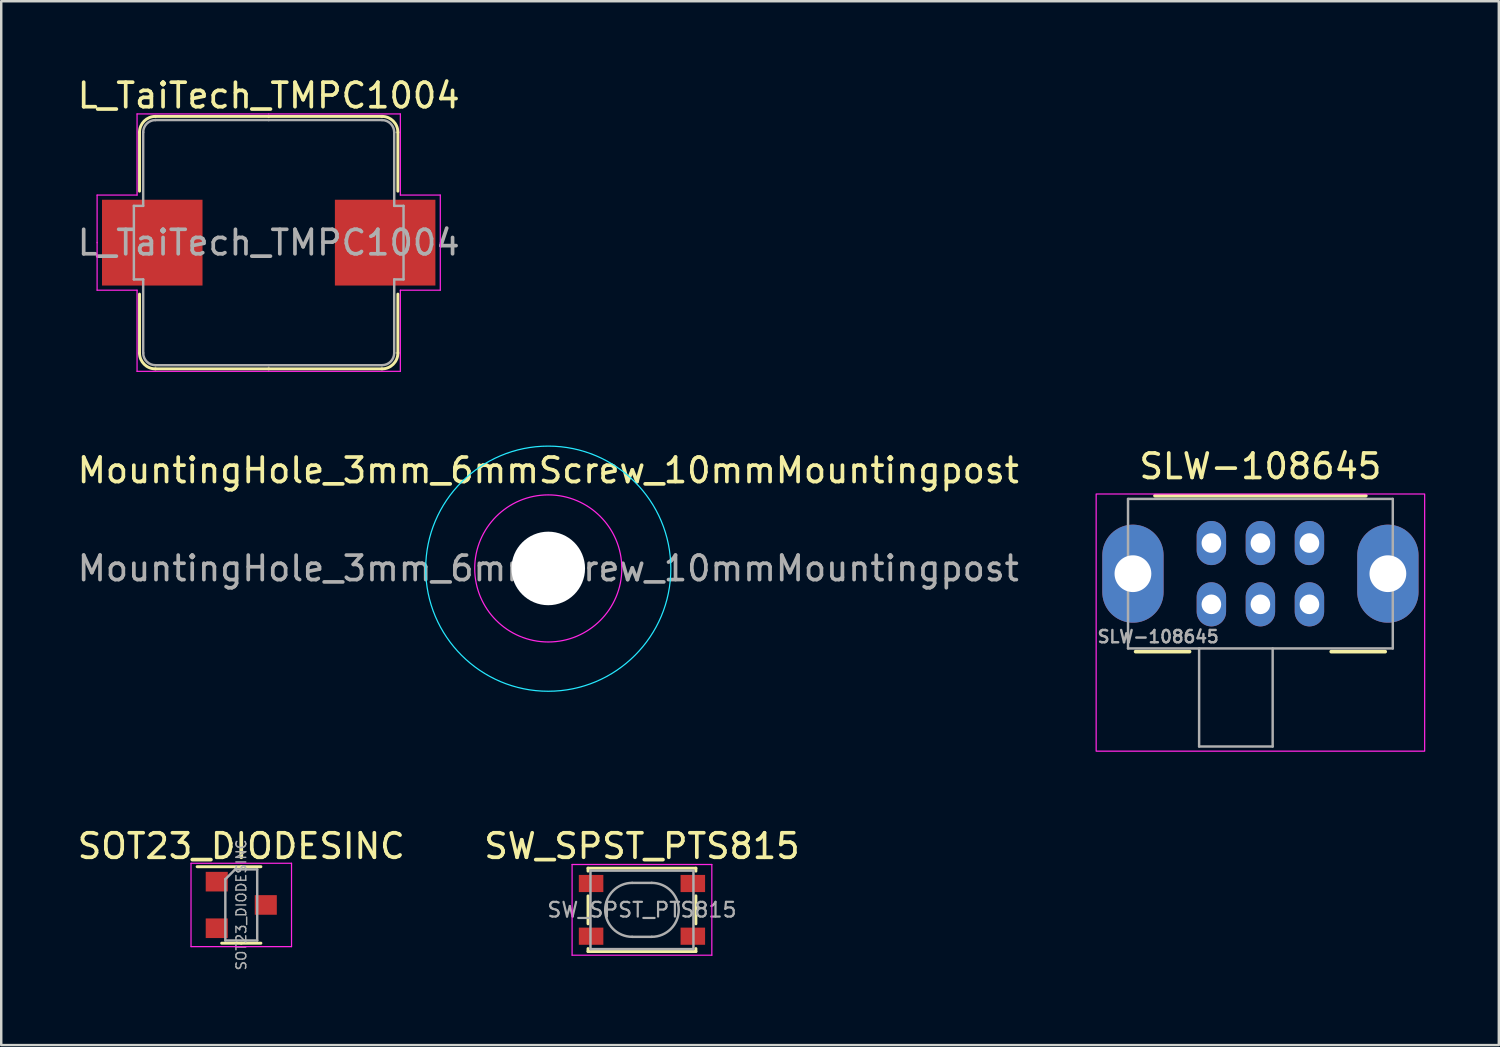
<source format=kicad_pcb>
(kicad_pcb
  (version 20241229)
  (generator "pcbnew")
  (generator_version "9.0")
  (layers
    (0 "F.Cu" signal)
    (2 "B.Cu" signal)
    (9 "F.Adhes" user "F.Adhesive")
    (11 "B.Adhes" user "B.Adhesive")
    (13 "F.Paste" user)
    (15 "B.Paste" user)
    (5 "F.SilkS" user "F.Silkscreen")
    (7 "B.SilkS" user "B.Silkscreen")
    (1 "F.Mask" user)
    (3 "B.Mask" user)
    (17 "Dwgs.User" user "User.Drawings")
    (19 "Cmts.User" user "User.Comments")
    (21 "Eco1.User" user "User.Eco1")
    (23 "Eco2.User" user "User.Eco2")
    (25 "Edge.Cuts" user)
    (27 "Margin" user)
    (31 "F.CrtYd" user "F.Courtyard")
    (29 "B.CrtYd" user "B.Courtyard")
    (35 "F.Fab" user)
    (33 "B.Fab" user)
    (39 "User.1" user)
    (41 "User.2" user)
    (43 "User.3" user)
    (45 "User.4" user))
  (footprint "SLW-108645"
    (layer "F.Cu")
    (at 48.365 20.352)
    (property "Reference" "SLW-108645" (at 0 -4.38 0) (layer "F.SilkS") (effects (font (size 1 1) (thickness 0.15))))
    (attr through_hole)
    (fp_line (start -5.09 3.18) (end -2.89 3.18) (stroke (width 0.15) (type solid)) (layer "F.SilkS"))
    (fp_line (start -4.3 -3.18) (end 4.3 -3.18) (stroke (width 0.15) (type solid)) (layer "F.SilkS"))
    (fp_line (start 5.09 3.18) (end 2.89 3.18) (stroke (width 0.15) (type solid)) (layer "F.SilkS"))
    (fp_rect (start -6.7 -3.25) (end 6.7 7.24) (stroke (width 0.05) (type solid)) (fill no) (layer "F.CrtYd"))
    (fp_line (start -5.4 -3.05) (end -5.4 3.05) (stroke (width 0.1) (type solid)) (layer "F.Fab"))
    (fp_line (start -5.4 -3.05) (end 5.4 -3.05) (stroke (width 0.1) (type solid)) (layer "F.Fab"))
    (fp_line (start -5.4 3.05) (end 5.4 3.05) (stroke (width 0.1) (type solid)) (layer "F.Fab"))
    (fp_line (start -2.5 7.05) (end -2.5 3.05) (stroke (width 0.1) (type solid)) (layer "F.Fab"))
    (fp_line (start 0.5 3.05) (end 0.5 7.05) (stroke (width 0.1) (type solid)) (layer "F.Fab"))
    (fp_line (start 0.5 7.05) (end -2.5 7.05) (stroke (width 0.1) (type solid)) (layer "F.Fab"))
    (fp_line (start 5.4 -3.05) (end 5.4 3.05) (stroke (width 0.1) (type solid)) (layer "F.Fab"))
    (fp_text user "${REFERENCE}" (at -4.17 2.57 0) (layer "F.Fab") (effects (font (size 0.5 0.5) (thickness 0.1))))
    (pad "" thru_hole oval (at -5.2 0) (size 2.5 4) (drill 1.5) (layers "*.Cu" "*.Mask"))
    (pad "" thru_hole oval (at 5.2 0) (size 2.5 4) (drill 1.5) (layers "*.Cu" "*.Mask"))
    (pad "1" thru_hole oval (at -2 -1.25) (size 1.2 1.8) (drill 0.8) (layers "*.Cu" "*.Mask"))
    (pad "2" thru_hole oval (at 0 -1.25) (size 1.2 1.8) (drill 0.8) (layers "*.Cu" "*.Mask"))
    (pad "3" thru_hole oval (at 2 -1.25) (size 1.2 1.8) (drill 0.8) (layers "*.Cu" "*.Mask"))
    (pad "4" thru_hole oval (at -2 1.25) (size 1.2 1.8) (drill 0.8) (layers "*.Cu" "*.Mask"))
    (pad "5" thru_hole oval (at 0 1.25) (size 1.2 1.8) (drill 0.8) (layers "*.Cu" "*.Mask"))
    (pad "6" thru_hole oval (at 2 1.25) (size 1.2 1.8) (drill 0.8) (layers "*.Cu" "*.Mask")))
  (footprint "L_TaiTech_TMPC1004"
    (layer "F.Cu")
    (at 7.911 6.848)
    (property "Reference" "L_TaiTech_TMPC1004" (at 0 -6 0) (layer "F.SilkS") (effects (font (size 1 1) (thickness 0.15))))
    (attr smd)
    (fp_line (start -5.27 -4.5) (end -5.27 -2.1) (stroke (width 0.12) (type solid)) (layer "F.SilkS"))
    (fp_line (start -5.27 4.5) (end -5.27 2.1) (stroke (width 0.12) (type solid)) (layer "F.SilkS"))
    (fp_line (start -4.62 -5.15) (end 0 -5.15) (stroke (width 0.12) (type solid)) (layer "F.SilkS"))
    (fp_line (start -4.62 5.15) (end 0 5.15) (stroke (width 0.12) (type solid)) (layer "F.SilkS"))
    (fp_line (start 4.62 -5.15) (end 0 -5.15) (stroke (width 0.12) (type solid)) (layer "F.SilkS"))
    (fp_line (start 4.62 5.15) (end 0 5.15) (stroke (width 0.12) (type solid)) (layer "F.SilkS"))
    (fp_line (start 5.27 -4.5) (end 5.27 -2.1) (stroke (width 0.12) (type solid)) (layer "F.SilkS"))
    (fp_line (start 5.27 4.5) (end 5.27 2.1) (stroke (width 0.12) (type solid)) (layer "F.SilkS"))
    (fp_arc (start -5.27 -4.5) (mid -5.079619 -4.959619) (end -4.62 -5.15) (stroke (width 0.12) (type solid)) (layer "F.SilkS"))
    (fp_arc (start -4.62 5.15) (mid -5.079619 4.959619) (end -5.27 4.5) (stroke (width 0.12) (type solid)) (layer "F.SilkS"))
    (fp_arc (start 4.62 -5.15) (mid 5.079619 -4.959619) (end 5.27 -4.5) (stroke (width 0.12) (type solid)) (layer "F.SilkS"))
    (fp_arc (start 5.27 4.5) (mid 5.079619 4.959619) (end 4.62 5.15) (stroke (width 0.12) (type solid)) (layer "F.SilkS"))
    (fp_line (start -7 -1.94) (end -5.37 -1.94) (stroke (width 0.05) (type solid)) (layer "F.CrtYd"))
    (fp_line (start -7 0) (end -7 -1.94) (stroke (width 0.05) (type solid)) (layer "F.CrtYd"))
    (fp_line (start -7 0) (end -7 1.94) (stroke (width 0.05) (type solid)) (layer "F.CrtYd"))
    (fp_line (start -7 1.94) (end -5.37 1.94) (stroke (width 0.05) (type solid)) (layer "F.CrtYd"))
    (fp_line (start -5.37 -5.25) (end 0 -5.25) (stroke (width 0.05) (type solid)) (layer "F.CrtYd"))
    (fp_line (start -5.37 -1.94) (end -5.37 -5.25) (stroke (width 0.05) (type solid)) (layer "F.CrtYd"))
    (fp_line (start -5.37 1.94) (end -5.37 5.25) (stroke (width 0.05) (type solid)) (layer "F.CrtYd"))
    (fp_line (start -5.37 5.25) (end 0 5.25) (stroke (width 0.05) (type solid)) (layer "F.CrtYd"))
    (fp_line (start 5.37 -5.25) (end 0 -5.25) (stroke (width 0.05) (type solid)) (layer "F.CrtYd"))
    (fp_line (start 5.37 -1.94) (end 5.37 -5.25) (stroke (width 0.05) (type solid)) (layer "F.CrtYd"))
    (fp_line (start 5.37 1.94) (end 5.37 5.25) (stroke (width 0.05) (type solid)) (layer "F.CrtYd"))
    (fp_line (start 5.37 5.25) (end 0 5.25) (stroke (width 0.05) (type solid)) (layer "F.CrtYd"))
    (fp_line (start 7 -1.94) (end 5.37 -1.94) (stroke (width 0.05) (type solid)) (layer "F.CrtYd"))
    (fp_line (start 7 0) (end 7 -1.94) (stroke (width 0.05) (type solid)) (layer "F.CrtYd"))
    (fp_line (start 7 0) (end 7 1.94) (stroke (width 0.05) (type solid)) (layer "F.CrtYd"))
    (fp_line (start 7 1.94) (end 5.37 1.94) (stroke (width 0.05) (type solid)) (layer "F.CrtYd"))
    (fp_line (start -5.5 -1.5) (end -5.5 1.5) (stroke (width 0.1) (type solid)) (layer "F.Fab"))
    (fp_line (start -5.5 -1.5) (end -5.12 -1.5) (stroke (width 0.1) (type solid)) (layer "F.Fab"))
    (fp_line (start -5.5 1.5) (end -5.12 1.5) (stroke (width 0.1) (type solid)) (layer "F.Fab"))
    (fp_line (start -5.12 -4.5) (end -5.12 -1.5) (stroke (width 0.1) (type solid)) (layer "F.Fab"))
    (fp_line (start -5.12 4.5) (end -5.12 1.5) (stroke (width 0.1) (type solid)) (layer "F.Fab"))
    (fp_line (start -4.62 -5) (end 0 -5) (stroke (width 0.1) (type solid)) (layer "F.Fab"))
    (fp_line (start -4.62 5) (end 0 5) (stroke (width 0.1) (type solid)) (layer "F.Fab"))
    (fp_line (start 4.62 -5) (end 0 -5) (stroke (width 0.1) (type solid)) (layer "F.Fab"))
    (fp_line (start 4.62 5) (end 0 5) (stroke (width 0.1) (type solid)) (layer "F.Fab"))
    (fp_line (start 5.12 -4.5) (end 5.12 -1.5) (stroke (width 0.1) (type solid)) (layer "F.Fab"))
    (fp_line (start 5.12 4.5) (end 5.12 1.5) (stroke (width 0.1) (type solid)) (layer "F.Fab"))
    (fp_line (start 5.5 -1.5) (end 5.12 -1.5) (stroke (width 0.1) (type solid)) (layer "F.Fab"))
    (fp_line (start 5.5 -1.5) (end 5.5 1.5) (stroke (width 0.1) (type solid)) (layer "F.Fab"))
    (fp_line (start 5.5 1.5) (end 5.12 1.5) (stroke (width 0.1) (type solid)) (layer "F.Fab"))
    (fp_arc (start -5.120001 -4.500001) (mid -4.973554 -4.853554) (end -4.620001 -5.000001) (stroke (width 0.1) (type solid)) (layer "F.Fab"))
    (fp_arc (start -4.620001 5.000001) (mid -4.973554 4.853554) (end -5.120001 4.500001) (stroke (width 0.1) (type solid)) (layer "F.Fab"))
    (fp_arc (start 4.620001 -5.000001) (mid 4.973554 -4.853554) (end 5.120001 -4.500001) (stroke (width 0.1) (type solid)) (layer "F.Fab"))
    (fp_arc (start 5.120001 4.500001) (mid 4.973554 4.853554) (end 4.620001 5.000001) (stroke (width 0.1) (type solid)) (layer "F.Fab"))
    (fp_text user "${REFERENCE}" (at 0 0 0) (layer "F.Fab") (effects (font (size 1 1) (thickness 0.15))))
    (pad "1" smd rect (at -4.75 0) (size 4.1 3.5) (layers "F.Cu" "F.Mask" "F.Paste"))
    (pad "2" smd rect (at 4.75 0) (size 4.1 3.5) (layers "F.Cu" "F.Mask" "F.Paste")))
  (footprint "SW_SPST_PTS815"
    (layer "F.Cu")
    (at 23.137 34.065)
    (property "Reference" "SW_SPST_PTS815" (at 0 -2.6 0) (layer "F.SilkS") (effects (font (size 1 1) (thickness 0.15))))
    (attr smd)
    (fp_line (start -2.2 -1.7) (end -2.2 -1.58) (stroke (width 0.12) (type solid)) (layer "F.SilkS"))
    (fp_line (start -2.2 -0.57) (end -2.2 0.57) (stroke (width 0.12) (type solid)) (layer "F.SilkS"))
    (fp_line (start -2.2 1.58) (end -2.2 1.7) (stroke (width 0.12) (type solid)) (layer "F.SilkS"))
    (fp_line (start -2.2 1.7) (end 2.2 1.7) (stroke (width 0.12) (type solid)) (layer "F.SilkS"))
    (fp_line (start 2.2 -1.7) (end -2.2 -1.7) (stroke (width 0.12) (type solid)) (layer "F.SilkS"))
    (fp_line (start 2.2 -1.58) (end 2.2 -1.7) (stroke (width 0.12) (type solid)) (layer "F.SilkS"))
    (fp_line (start 2.2 0.57) (end 2.2 -0.57) (stroke (width 0.12) (type solid)) (layer "F.SilkS"))
    (fp_line (start 2.2 1.7) (end 2.2 1.58) (stroke (width 0.12) (type solid)) (layer "F.SilkS"))
    (fp_line (start -2.85 -1.85) (end 2.85 -1.85) (stroke (width 0.05) (type solid)) (layer "F.CrtYd"))
    (fp_line (start -2.85 1.85) (end -2.85 -1.85) (stroke (width 0.05) (type solid)) (layer "F.CrtYd"))
    (fp_line (start 2.85 -1.85) (end 2.85 1.85) (stroke (width 0.05) (type solid)) (layer "F.CrtYd"))
    (fp_line (start 2.85 1.85) (end -2.85 1.85) (stroke (width 0.05) (type solid)) (layer "F.CrtYd"))
    (fp_line (start -2.1 -1.6) (end -2.1 1.6) (stroke (width 0.1) (type solid)) (layer "F.Fab"))
    (fp_line (start -2.1 1.6) (end 2.1 1.6) (stroke (width 0.1) (type solid)) (layer "F.Fab"))
    (fp_line (start -0.4 -1.1) (end 0.4 -1.1) (stroke (width 0.1) (type solid)) (layer "F.Fab"))
    (fp_line (start 0.4 1.1) (end -0.4 1.1) (stroke (width 0.1) (type solid)) (layer "F.Fab"))
    (fp_line (start 2.1 -1.6) (end -2.1 -1.6) (stroke (width 0.1) (type solid)) (layer "F.Fab"))
    (fp_line (start 2.1 1.6) (end 2.1 -1.6) (stroke (width 0.1) (type solid)) (layer "F.Fab"))
    (fp_arc (start -0.4 1.1) (mid -1.5 0) (end -0.4 -1.1) (stroke (width 0.1) (type solid)) (layer "F.Fab"))
    (fp_arc (start 0.4 -1.1) (mid 1.5 0) (end 0.4 1.1) (stroke (width 0.1) (type solid)) (layer "F.Fab"))
    (fp_text user "${REFERENCE}" (at 0 0 0) (layer "F.Fab") (effects (font (size 0.6 0.6) (thickness 0.09))))
    (pad "1" smd rect (at -2.075 -1.075) (size 1 0.7) (layers "F.Cu" "F.Mask" "F.Paste"))
    (pad "1" smd rect (at 2.075 -1.075) (size 1 0.7) (layers "F.Cu" "F.Mask" "F.Paste"))
    (pad "2" smd rect (at -2.075 1.075) (size 1 0.7) (layers "F.Cu" "F.Mask" "F.Paste"))
    (pad "2" smd rect (at 2.075 1.075) (size 1 0.7) (layers "F.Cu" "F.Mask" "F.Paste")))
  (footprint "SOT23_DIODESINC"
    (layer "F.Cu")
    (at 6.792 33.865)
    (property "Reference" "SOT23_DIODESINC" (at 0 -2.4 0) (layer "F.SilkS") (effects (font (size 1 1) (thickness 0.15))))
    (attr smd)
    (fp_line (start 0 -1.56) (end -1.8 -1.56) (stroke (width 0.12) (type solid)) (layer "F.SilkS"))
    (fp_line (start 0 -1.56) (end 0.8 -1.56) (stroke (width 0.12) (type solid)) (layer "F.SilkS"))
    (fp_line (start 0 1.56) (end -0.8 1.56) (stroke (width 0.12) (type solid)) (layer "F.SilkS"))
    (fp_line (start 0 1.56) (end 0.8 1.56) (stroke (width 0.12) (type solid)) (layer "F.SilkS"))
    (fp_line (start -2.05 -1.7) (end -2.05 1.7) (stroke (width 0.05) (type solid)) (layer "F.CrtYd"))
    (fp_line (start -2.05 1.7) (end 2.05 1.7) (stroke (width 0.05) (type solid)) (layer "F.CrtYd"))
    (fp_line (start 2.05 -1.7) (end -2.05 -1.7) (stroke (width 0.05) (type solid)) (layer "F.CrtYd"))
    (fp_line (start 2.05 1.7) (end 2.05 -1.7) (stroke (width 0.05) (type solid)) (layer "F.CrtYd"))
    (fp_line (start -0.65 -1.05) (end -0.25 -1.45) (stroke (width 0.1) (type solid)) (layer "F.Fab"))
    (fp_line (start -0.65 1.45) (end -0.65 -1.05) (stroke (width 0.1) (type solid)) (layer "F.Fab"))
    (fp_line (start -0.25 -1.45) (end 0.65 -1.45) (stroke (width 0.1) (type solid)) (layer "F.Fab"))
    (fp_line (start 0.65 -1.45) (end 0.65 1.45) (stroke (width 0.1) (type solid)) (layer "F.Fab"))
    (fp_line (start 0.65 1.45) (end -0.65 1.45) (stroke (width 0.1) (type solid)) (layer "F.Fab"))
    (fp_text user "${REFERENCE}" (at 0 0 90) (layer "F.Fab") (effects (font (size 0.4 0.4) (thickness 0.06))))
    (pad "1" smd rect (at -1 -0.95) (size 0.9 0.8) (layers "F.Cu" "F.Mask" "F.Paste"))
    (pad "2" smd rect (at -1 0.95) (size 0.9 0.8) (layers "F.Cu" "F.Mask" "F.Paste"))
    (pad "3" smd rect (at 1 0) (size 0.9 0.8) (layers "F.Cu" "F.Mask" "F.Paste")))
  (footprint "MountingHole_3mm_6mmScrew_10mmMountingpost"
    (layer "F.Cu")
    (at 19.315 20.138)
    (property "Reference" "MountingHole_3mm_6mmScrew_10mmMountingpost" (at 0 -4 0) (layer "F.SilkS") (effects (font (size 1 1) (thickness 0.15))))
    (attr board_only exclude_from_pos_files exclude_from_bom)
    (fp_circle (center 0 0) (end 2.9 0) (stroke (width 0.12) (type solid)) (fill yes) (layer "F.Mask"))
    (fp_circle (center 0 0) (end 2.9 0) (stroke (width 0.12) (type solid)) (fill yes) (layer "B.Mask"))
    (fp_circle (center 0 0.01) (end 5 0.01) (stroke (width 0.05) (type solid)) (fill no) (layer "B.CrtYd"))
    (fp_circle (center 0 0) (end 3 0) (stroke (width 0.05) (type solid)) (fill no) (layer "F.CrtYd"))
    (fp_text user "${REFERENCE}" (at 0 0 0) (layer "F.Fab") (effects (font (size 1 1) (thickness 0.15))))
    (pad "" np_thru_hole circle (at 0 0) (size 3 3) (drill 3) (layers "*.Cu" "*.Mask")))
  (gr_rect
    (start -3 -3)
    (end 58.09 39.581)
    (stroke (width 0.1) (type default))
    (fill no)
    (layer "Edge.Cuts")))
</source>
